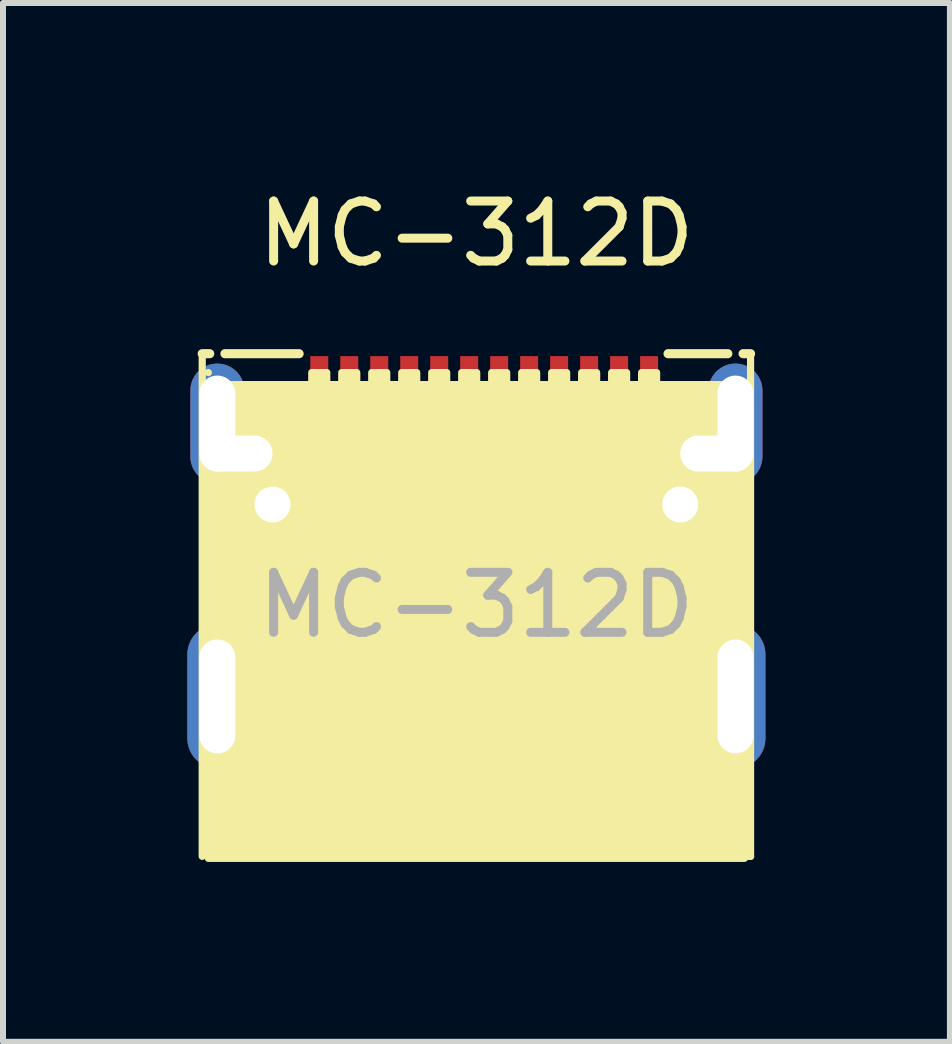
<source format=kicad_pcb>
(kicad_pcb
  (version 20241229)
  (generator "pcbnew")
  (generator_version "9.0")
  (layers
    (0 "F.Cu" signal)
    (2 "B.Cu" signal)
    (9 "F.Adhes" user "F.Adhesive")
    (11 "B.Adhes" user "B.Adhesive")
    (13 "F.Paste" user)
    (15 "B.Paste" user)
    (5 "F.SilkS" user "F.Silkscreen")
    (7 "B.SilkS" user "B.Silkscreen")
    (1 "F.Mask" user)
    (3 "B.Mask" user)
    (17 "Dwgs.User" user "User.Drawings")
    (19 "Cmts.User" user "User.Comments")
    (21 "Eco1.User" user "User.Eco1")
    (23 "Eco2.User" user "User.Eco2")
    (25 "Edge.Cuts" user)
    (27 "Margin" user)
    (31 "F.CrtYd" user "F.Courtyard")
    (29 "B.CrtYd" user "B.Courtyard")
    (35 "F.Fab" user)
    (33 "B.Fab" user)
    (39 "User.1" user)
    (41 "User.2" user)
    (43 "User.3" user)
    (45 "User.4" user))
  (footprint "MC-312D"
    (layer "F.Cu")
    (at 4.894 5.963)
    (property "Reference" "MC-312D" (at -0.000076 -5.115 0) (layer "F.SilkS") (effects (font (size 1 1) (thickness 0.15))))
    (attr through_hole)
    (fp_line (start -4.572 -3.115) (end -4.447 -3.115) (stroke (width 0.152) (type solid)) (layer "F.SilkS"))
    (fp_line (start -4.572 5.267) (end -4.572 -3.115) (stroke (width 0.12) (type solid)) (layer "F.SilkS"))
    (fp_line (start -4.47 5.267) (end 4.47 5.267) (stroke (width 0.12) (type solid)) (layer "F.SilkS"))
    (fp_line (start -4.193 -3.115) (end -2.956 -3.115) (stroke (width 0.152) (type solid)) (layer "F.SilkS"))
    (fp_line (start -3.556 0.06) (end -3.556 0.822) (stroke (width 0.254) (type solid)) (layer "F.SilkS"))
    (fp_line (start -3.556 0.822) (end -1.27 0.822) (stroke (width 0.254) (type solid)) (layer "F.SilkS"))
    (fp_line (start -1.27 0.06) (end -3.556 0.06) (stroke (width 0.254) (type solid)) (layer "F.SilkS"))
    (fp_line (start -1.27 0.822) (end -1.27 0.06) (stroke (width 0.254) (type solid)) (layer "F.SilkS"))
    (fp_line (start 1.27 0.06) (end 1.27 0.822) (stroke (width 0.254) (type solid)) (layer "F.SilkS"))
    (fp_line (start 1.27 0.822) (end 3.556 0.822) (stroke (width 0.254) (type solid)) (layer "F.SilkS"))
    (fp_line (start 3.196 -3.115) (end 4.193 -3.115) (stroke (width 0.152) (type solid)) (layer "F.SilkS"))
    (fp_line (start 3.556 0.06) (end 1.27 0.06) (stroke (width 0.254) (type solid)) (layer "F.SilkS"))
    (fp_line (start 3.556 0.822) (end 3.556 0.06) (stroke (width 0.254) (type solid)) (layer "F.SilkS"))
    (fp_line (start 4.447 -3.115) (end 4.572 -3.115) (stroke (width 0.152) (type solid)) (layer "F.SilkS"))
    (fp_line (start 4.572 -3.115) (end 4.572 5.267) (stroke (width 0.12) (type solid)) (layer "F.SilkS"))
    (fp_line (start 4.572 5.267) (end 4.445 5.267) (stroke (width 0.12) (type solid)) (layer "F.SilkS"))
    (fp_circle (center -4.47 -2.8) (end -4.44 -2.8) (stroke (width 0.06) (type solid)) (fill no) (layer "F.SilkS"))
    (fp_poly (pts (xy -4.47 -2.6) (xy 4.47 -2.6) (xy 4.47 5.3) (xy -4.47 5.3)) (stroke (width 0.12) (type solid)) (fill yes) (layer "F.SilkS"))
    (fp_poly (pts (xy -4.47 1.85) (xy -4.17 1.85) (xy -4.17 3.35) (xy -4.47 3.35)) (stroke (width 0.12) (type solid)) (fill yes) (layer "F.SilkS"))
    (fp_poly (pts (xy -4.17 -1.3) (xy -4.47 -1.3) (xy -4.47 -2.6) (xy -4.17 -2.6)) (stroke (width 0.12) (type solid)) (fill yes) (layer "F.SilkS"))
    (fp_poly (pts (xy -3.85 -1.2) (xy -4.15 -1.2) (xy -4.15 -1.7) (xy -3.85 -1.7)) (stroke (width 0.12) (type solid)) (fill yes) (layer "F.SilkS"))
    (fp_poly (pts (xy -2.995 -1.6) (xy -2.745 -1.6) (xy -2.745 -1) (xy -2.995 -1)) (stroke (width 0.12) (type solid)) (fill yes) (layer "F.SilkS"))
    (fp_poly (pts (xy -2.745 -2.8) (xy -2.495 -2.8) (xy -2.495 -2.2) (xy -2.745 -2.2)) (stroke (width 0.12) (type solid)) (fill yes) (layer "F.SilkS"))
    (fp_poly (pts (xy -2.495 -1.6) (xy -2.245 -1.6) (xy -2.245 -1) (xy -2.495 -1)) (stroke (width 0.12) (type solid)) (fill yes) (layer "F.SilkS"))
    (fp_poly (pts (xy -2.245 -2.8) (xy -1.995 -2.8) (xy -1.995 -2.2) (xy -2.245 -2.2)) (stroke (width 0.12) (type solid)) (fill yes) (layer "F.SilkS"))
    (fp_poly (pts (xy -1.995 -1.6) (xy -1.745 -1.6) (xy -1.745 -1) (xy -1.995 -1)) (stroke (width 0.12) (type solid)) (fill yes) (layer "F.SilkS"))
    (fp_poly (pts (xy -1.745 -2.8) (xy -1.495 -2.8) (xy -1.495 -2.2) (xy -1.745 -2.2)) (stroke (width 0.12) (type solid)) (fill yes) (layer "F.SilkS"))
    (fp_poly (pts (xy -1.495 -1.6) (xy -1.245 -1.6) (xy -1.245 -1) (xy -1.495 -1)) (stroke (width 0.12) (type solid)) (fill yes) (layer "F.SilkS"))
    (fp_poly (pts (xy -1.245 -2.8) (xy -0.995 -2.8) (xy -0.995 -2.2) (xy -1.245 -2.2)) (stroke (width 0.12) (type solid)) (fill yes) (layer "F.SilkS"))
    (fp_poly (pts (xy -0.995 -1.6) (xy -0.745 -1.6) (xy -0.745 -1) (xy -0.995 -1)) (stroke (width 0.12) (type solid)) (fill yes) (layer "F.SilkS"))
    (fp_poly (pts (xy -0.745 -2.8) (xy -0.495 -2.8) (xy -0.495 -2.2) (xy -0.745 -2.2)) (stroke (width 0.12) (type solid)) (fill yes) (layer "F.SilkS"))
    (fp_poly (pts (xy -0.495 -1.6) (xy -0.245 -1.6) (xy -0.245 -1) (xy -0.495 -1)) (stroke (width 0.12) (type solid)) (fill yes) (layer "F.SilkS"))
    (fp_poly (pts (xy -0.245 -2.8) (xy 0.005 -2.8) (xy 0.005 -2.2) (xy -0.245 -2.2)) (stroke (width 0.12) (type solid)) (fill yes) (layer "F.SilkS"))
    (fp_poly (pts (xy 0.005 -1.6) (xy 0.255 -1.6) (xy 0.255 -1) (xy 0.005 -1)) (stroke (width 0.12) (type solid)) (fill yes) (layer "F.SilkS"))
    (fp_poly (pts (xy 0.255 -2.8) (xy 0.505 -2.8) (xy 0.505 -2.2) (xy 0.255 -2.2)) (stroke (width 0.12) (type solid)) (fill yes) (layer "F.SilkS"))
    (fp_poly (pts (xy 0.505 -1.6) (xy 0.755 -1.6) (xy 0.755 -1) (xy 0.505 -1)) (stroke (width 0.12) (type solid)) (fill yes) (layer "F.SilkS"))
    (fp_poly (pts (xy 0.755 -2.8) (xy 1.005 -2.8) (xy 1.005 -2.2) (xy 0.755 -2.2)) (stroke (width 0.12) (type solid)) (fill yes) (layer "F.SilkS"))
    (fp_poly (pts (xy 1.005 -1.6) (xy 1.255 -1.6) (xy 1.255 -1) (xy 1.005 -1)) (stroke (width 0.12) (type solid)) (fill yes) (layer "F.SilkS"))
    (fp_poly (pts (xy 1.255 -2.8) (xy 1.505 -2.8) (xy 1.505 -2.2) (xy 1.255 -2.2)) (stroke (width 0.12) (type solid)) (fill yes) (layer "F.SilkS"))
    (fp_poly (pts (xy 1.505 -1.6) (xy 1.755 -1.6) (xy 1.755 -1) (xy 1.505 -1)) (stroke (width 0.12) (type solid)) (fill yes) (layer "F.SilkS"))
    (fp_poly (pts (xy 1.755 -2.8) (xy 2.005 -2.8) (xy 2.005 -2.2) (xy 1.755 -2.2)) (stroke (width 0.12) (type solid)) (fill yes) (layer "F.SilkS"))
    (fp_poly (pts (xy 2.005 -1.6) (xy 2.255 -1.6) (xy 2.255 -1) (xy 2.005 -1)) (stroke (width 0.12) (type solid)) (fill yes) (layer "F.SilkS"))
    (fp_poly (pts (xy 2.255 -2.8) (xy 2.505 -2.8) (xy 2.505 -2.2) (xy 2.255 -2.2)) (stroke (width 0.12) (type solid)) (fill yes) (layer "F.SilkS"))
    (fp_poly (pts (xy 2.505 -1.6) (xy 2.755 -1.6) (xy 2.755 -1) (xy 2.505 -1)) (stroke (width 0.12) (type solid)) (fill yes) (layer "F.SilkS"))
    (fp_poly (pts (xy 2.755 -2.8) (xy 3.005 -2.8) (xy 3.005 -2.2) (xy 2.755 -2.2)) (stroke (width 0.12) (type solid)) (fill yes) (layer "F.SilkS"))
    (fp_poly (pts (xy 4.15 -1.2) (xy 3.85 -1.2) (xy 3.85 -1.7) (xy 4.15 -1.7)) (stroke (width 0.12) (type solid)) (fill yes) (layer "F.SilkS"))
    (fp_poly (pts (xy 4.17 1.85) (xy 4.47 1.85) (xy 4.47 3.35) (xy 4.17 3.35)) (stroke (width 0.12) (type solid)) (fill yes) (layer "F.SilkS"))
    (fp_poly (pts (xy 4.47 -1.3) (xy 4.17 -1.3) (xy 4.17 -2.6) (xy 4.47 -2.6)) (stroke (width 0.12) (type solid)) (fill yes) (layer "F.SilkS"))
    (fp_poly (pts (xy -3.02 -1.774) (xy -2.72 -1.774) (xy -2.72 -0.824) (xy -3.02 -0.824)) (stroke (width 0.15) (type solid)) (fill yes) (layer "F.Paste"))
    (fp_poly (pts (xy -2.77 -3.075) (xy -2.47 -3.075) (xy -2.47 -2.125) (xy -2.77 -2.125)) (stroke (width 0.15) (type solid)) (fill yes) (layer "F.Paste"))
    (fp_poly (pts (xy -2.52 -1.774) (xy -2.22 -1.774) (xy -2.22 -0.824) (xy -2.52 -0.824)) (stroke (width 0.15) (type solid)) (fill yes) (layer "F.Paste"))
    (fp_poly (pts (xy -2.27 -3.075) (xy -1.97 -3.075) (xy -1.97 -2.125) (xy -2.27 -2.125)) (stroke (width 0.15) (type solid)) (fill yes) (layer "F.Paste"))
    (fp_poly (pts (xy -2.019 -1.774) (xy -1.72 -1.774) (xy -1.72 -0.824) (xy -2.019 -0.824)) (stroke (width 0.15) (type solid)) (fill yes) (layer "F.Paste"))
    (fp_poly (pts (xy -1.77 -3.075) (xy -1.47 -3.075) (xy -1.47 -2.125) (xy -1.77 -2.125)) (stroke (width 0.15) (type solid)) (fill yes) (layer "F.Paste"))
    (fp_poly (pts (xy -1.52 -1.774) (xy -1.22 -1.774) (xy -1.22 -0.824) (xy -1.52 -0.824)) (stroke (width 0.15) (type solid)) (fill yes) (layer "F.Paste"))
    (fp_poly (pts (xy -1.27 -3.075) (xy -0.97 -3.075) (xy -0.97 -2.125) (xy -1.27 -2.125)) (stroke (width 0.15) (type solid)) (fill yes) (layer "F.Paste"))
    (fp_poly (pts (xy -1.02 -1.774) (xy -0.72 -1.774) (xy -0.72 -0.824) (xy -1.02 -0.824)) (stroke (width 0.15) (type solid)) (fill yes) (layer "F.Paste"))
    (fp_poly (pts (xy -0.77 -3.075) (xy -0.47 -3.075) (xy -0.47 -2.125) (xy -0.77 -2.125)) (stroke (width 0.15) (type solid)) (fill yes) (layer "F.Paste"))
    (fp_poly (pts (xy -0.52 -1.774) (xy -0.22 -1.774) (xy -0.22 -0.824) (xy -0.52 -0.824)) (stroke (width 0.15) (type solid)) (fill yes) (layer "F.Paste"))
    (fp_poly (pts (xy -0.27 -3.075) (xy 0.03 -3.075) (xy 0.03 -2.125) (xy -0.27 -2.125)) (stroke (width 0.15) (type solid)) (fill yes) (layer "F.Paste"))
    (fp_poly (pts (xy -0.02 -1.774) (xy 0.28 -1.774) (xy 0.28 -0.824) (xy -0.02 -0.824)) (stroke (width 0.15) (type solid)) (fill yes) (layer "F.Paste"))
    (fp_poly (pts (xy 0.23 -3.075) (xy 0.53 -3.075) (xy 0.53 -2.125) (xy 0.23 -2.125)) (stroke (width 0.15) (type solid)) (fill yes) (layer "F.Paste"))
    (fp_poly (pts (xy 0.48 -1.774) (xy 0.781 -1.774) (xy 0.781 -0.824) (xy 0.48 -0.824)) (stroke (width 0.15) (type solid)) (fill yes) (layer "F.Paste"))
    (fp_poly (pts (xy 0.73 -3.075) (xy 1.03 -3.075) (xy 1.03 -2.125) (xy 0.73 -2.125)) (stroke (width 0.15) (type solid)) (fill yes) (layer "F.Paste"))
    (fp_poly (pts (xy 0.98 -1.774) (xy 1.28 -1.774) (xy 1.28 -0.824) (xy 0.98 -0.824)) (stroke (width 0.15) (type solid)) (fill yes) (layer "F.Paste"))
    (fp_poly (pts (xy 1.23 -3.075) (xy 1.53 -3.075) (xy 1.53 -2.125) (xy 1.23 -2.125)) (stroke (width 0.15) (type solid)) (fill yes) (layer "F.Paste"))
    (fp_poly (pts (xy 1.48 -1.774) (xy 1.78 -1.774) (xy 1.78 -0.824) (xy 1.48 -0.824)) (stroke (width 0.15) (type solid)) (fill yes) (layer "F.Paste"))
    (fp_poly (pts (xy 1.73 -3.075) (xy 2.03 -3.075) (xy 2.03 -2.125) (xy 1.73 -2.125)) (stroke (width 0.15) (type solid)) (fill yes) (layer "F.Paste"))
    (fp_poly (pts (xy 1.98 -1.774) (xy 2.28 -1.774) (xy 2.28 -0.824) (xy 1.98 -0.824)) (stroke (width 0.15) (type solid)) (fill yes) (layer "F.Paste"))
    (fp_poly (pts (xy 2.23 -3.075) (xy 2.53 -3.075) (xy 2.53 -2.125) (xy 2.23 -2.125)) (stroke (width 0.15) (type solid)) (fill yes) (layer "F.Paste"))
    (fp_poly (pts (xy 2.481 -1.774) (xy 2.78 -1.774) (xy 2.78 -0.824) (xy 2.481 -0.824)) (stroke (width 0.15) (type solid)) (fill yes) (layer "F.Paste"))
    (fp_poly (pts (xy 2.73 -3.075) (xy 3.03 -3.075) (xy 3.03 -2.125) (xy 2.73 -2.125)) (stroke (width 0.15) (type solid)) (fill yes) (layer "F.Paste"))
    (fp_poly (pts (xy -4.819 1.9) (xy -4.808 1.797) (xy -4.775 1.698) (xy -4.723 1.608) (xy -4.653 1.531) (xy -4.568 1.47) (xy -4.473 1.428) (xy -4.371 1.407) (xy -4.267 1.407) (xy -4.166 1.428) (xy -4.07 1.47) (xy -3.986 1.531) (xy -3.916 1.608) (xy -3.864 1.698) (xy -3.831 1.797) (xy -3.819 1.9) (xy -3.819 3.3) (xy -3.831 3.404) (xy -3.864 3.502) (xy -3.916 3.592) (xy -3.986 3.669) (xy -4.07 3.73) (xy -4.166 3.772) (xy -4.267 3.794) (xy -4.371 3.794) (xy -4.473 3.772) (xy -4.568 3.73) (xy -4.653 3.669) (xy -4.723 3.592) (xy -4.775 3.502) (xy -4.808 3.404) (xy -4.819 3.3)) (stroke (width 0.15) (type solid)) (fill yes) (layer "F.Paste"))
    (fp_poly (pts (xy 3.82 1.901) (xy 3.832 1.797) (xy 3.865 1.699) (xy 3.918 1.609) (xy 3.988 1.532) (xy 4.072 1.472) (xy 4.167 1.43) (xy 4.269 1.408) (xy 4.372 1.408) (xy 4.474 1.43) (xy 4.569 1.472) (xy 4.653 1.532) (xy 4.723 1.609) (xy 4.776 1.699) (xy 4.809 1.797) (xy 4.82 1.901) (xy 4.82 3.301) (xy 4.809 3.404) (xy 4.776 3.502) (xy 4.723 3.592) (xy 4.653 3.669) (xy 4.569 3.729) (xy 4.474 3.771) (xy 4.372 3.793) (xy 4.269 3.793) (xy 4.167 3.771) (xy 4.072 3.729) (xy 3.988 3.669) (xy 3.918 3.592) (xy 3.865 3.502) (xy 3.832 3.404) (xy 3.82 3.301)) (stroke (width 0.15) (type solid)) (fill yes) (layer "F.Paste"))
    (fp_poly (pts (xy -4.8 -2.6) (xy -4.8 -1.4) (xy -4.79 -1.302) (xy -4.762 -1.209) (xy -4.716 -1.122) (xy -4.654 -1.046) (xy -4.578 -0.984) (xy -4.491 -0.938) (xy -4.398 -0.91) (xy -4.3 -0.9) (xy -3.9 -0.9) (xy -3.8 -0.9) (xy -3.702 -0.91) (xy -3.609 -0.938) (xy -3.522 -0.984) (xy -3.446 -1.046) (xy -3.384 -1.122) (xy -3.338 -1.209) (xy -3.31 -1.302) (xy -3.3 -1.4) (xy -3.31 -1.498) (xy -3.338 -1.591) (xy -3.384 -1.678) (xy -3.446 -1.754) (xy -3.522 -1.816) (xy -3.609 -1.862) (xy -3.702 -1.89) (xy -3.8 -1.9) (xy -3.9 -1.9) (xy -3.9 -2.6) (xy -3.908 -2.678) (xy -3.93 -2.753) (xy -3.967 -2.822) (xy -4.017 -2.883) (xy -4.078 -2.933) (xy -4.147 -2.97) (xy -4.222 -2.992) (xy -4.3 -3) (xy -4.4 -3) (xy -4.478 -2.992) (xy -4.553 -2.97) (xy -4.622 -2.933) (xy -4.683 -2.883) (xy -4.733 -2.822) (xy -4.77 -2.753) (xy -4.792 -2.678) (xy -4.8 -2.6)) (stroke (width 0.15) (type solid)) (fill yes) (layer "F.Paste"))
    (fp_poly (pts (xy 4.77 -2.6) (xy 4.77 -1.4) (xy 4.761 -1.302) (xy 4.732 -1.209) (xy 4.686 -1.122) (xy 4.624 -1.046) (xy 4.548 -0.984) (xy 4.462 -0.938) (xy 4.368 -0.91) (xy 4.27 -0.9) (xy 3.87 -0.9) (xy 3.77 -0.9) (xy 3.673 -0.91) (xy 3.579 -0.938) (xy 3.493 -0.984) (xy 3.417 -1.046) (xy 3.355 -1.122) (xy 3.309 -1.209) (xy 3.28 -1.302) (xy 3.27 -1.4) (xy 3.28 -1.498) (xy 3.309 -1.591) (xy 3.355 -1.678) (xy 3.417 -1.754) (xy 3.493 -1.816) (xy 3.579 -1.862) (xy 3.673 -1.89) (xy 3.77 -1.9) (xy 3.87 -1.9) (xy 3.87 -2.6) (xy 3.878 -2.678) (xy 3.901 -2.753) (xy 3.938 -2.822) (xy 3.988 -2.883) (xy 4.048 -2.933) (xy 4.117 -2.97) (xy 4.192 -2.992) (xy 4.27 -3) (xy 4.37 -3) (xy 4.449 -2.992) (xy 4.524 -2.97) (xy 4.593 -2.933) (xy 4.653 -2.883) (xy 4.703 -2.822) (xy 4.74 -2.753) (xy 4.763 -2.678) (xy 4.77 -2.6)) (stroke (width 0.15) (type solid)) (fill yes) (layer "F.Paste"))
    (fp_circle (center -3.4 -0.6) (end -3.287 -0.6) (stroke (width 0.225) (type solid)) (fill no) (layer "F.Fab"))
    (fp_circle (center 3.4 -0.6) (end 3.513 -0.6) (stroke (width 0.225) (type solid)) (fill no) (layer "F.Fab"))
    (fp_text user "${REFERENCE}" (at -0.000076 1.076 0) (layer "F.Fab") (effects (font (size 1 1) (thickness 0.15))))
    (pad "" np_thru_hole circle (at -3.4 -0.6) (size 0.6 0.6) (drill 0.6) (layers "*.Cu" "*.Mask"))
    (pad "" np_thru_hole circle (at 3.4 -0.6) (size 0.6 0.6) (drill 0.6) (layers "*.Cu" "*.Mask"))
    (pad "1" thru_hole oval (at -4.32 -1.95 180) (size 0.9 2) (drill oval 0.6 1.6) (layers "*.Cu" "*.Mask"))
    (pad "1" thru_hole oval (at -4 -1.45 270) (size 0.9 1.5) (drill oval 0.6 1.2) (layers "*.Cu" "*.Mask"))
    (pad "2" thru_hole oval (at 4 -1.45 270) (size 0.9 1.5) (drill oval 0.6 1.2) (layers "*.Cu" "*.Mask"))
    (pad "2" thru_hole oval (at 4.32 -1.95 180) (size 0.9 2) (drill oval 0.6 1.6) (layers "*.Cu" "*.Mask"))
    (pad "3" thru_hole oval (at 4.32 2.6) (size 1 2.4) (drill oval 0.6 1.9) (layers "*.Cu" "*.Mask"))
    (pad "4" thru_hole oval (at -4.32 2.6) (size 1 2.4) (drill oval 0.6 1.9) (layers "*.Cu" "*.Mask"))
    (pad "A1" smd rect (at -2.62 -2.6) (size 0.3 0.95) (layers "F.Cu" "F.Mask" "F.Paste"))
    (pad "A2" smd rect (at -2.12 -2.6) (size 0.3 0.95) (layers "F.Cu" "F.Mask" "F.Paste"))
    (pad "A3" smd rect (at -1.62 -2.6) (size 0.3 0.95) (layers "F.Cu" "F.Mask" "F.Paste"))
    (pad "A4" smd rect (at -1.12 -2.6) (size 0.3 0.95) (layers "F.Cu" "F.Mask" "F.Paste"))
    (pad "A5" smd rect (at -0.62 -2.6) (size 0.3 0.95) (layers "F.Cu" "F.Mask" "F.Paste"))
    (pad "A6" smd rect (at -0.12 -2.6) (size 0.3 0.95) (layers "F.Cu" "F.Mask" "F.Paste"))
    (pad "A7" smd rect (at 0.38 -2.6) (size 0.3 0.95) (layers "F.Cu" "F.Mask" "F.Paste"))
    (pad "A8" smd rect (at 0.88 -2.6) (size 0.3 0.95) (layers "F.Cu" "F.Mask" "F.Paste"))
    (pad "A9" smd rect (at 1.38 -2.6) (size 0.3 0.95) (layers "F.Cu" "F.Mask" "F.Paste"))
    (pad "A10" smd rect (at 1.88 -2.6) (size 0.3 0.95) (layers "F.Cu" "F.Mask" "F.Paste"))
    (pad "A11" smd rect (at 2.38 -2.6) (size 0.3 0.95) (layers "F.Cu" "F.Mask" "F.Paste"))
    (pad "A12" smd rect (at 2.88 -2.6) (size 0.3 0.95) (layers "F.Cu" "F.Mask" "F.Paste"))
    (pad "B1" smd rect (at 2.63 -1.3) (size 0.3 0.95) (layers "F.Cu" "F.Mask" "F.Paste"))
    (pad "B2" smd rect (at 2.13 -1.3) (size 0.3 0.95) (layers "F.Cu" "F.Mask" "F.Paste"))
    (pad "B3" smd rect (at 1.63 -1.3) (size 0.3 0.95) (layers "F.Cu" "F.Mask" "F.Paste"))
    (pad "B4" smd rect (at 1.13 -1.3) (size 0.3 0.95) (layers "F.Cu" "F.Mask" "F.Paste"))
    (pad "B5" smd rect (at 0.63 -1.3) (size 0.3 0.95) (layers "F.Cu" "F.Mask" "F.Paste"))
    (pad "B6" smd rect (at 0.13 -1.3) (size 0.3 0.95) (layers "F.Cu" "F.Mask" "F.Paste"))
    (pad "B7" smd rect (at -0.37 -1.3) (size 0.3 0.95) (layers "F.Cu" "F.Mask" "F.Paste"))
    (pad "B8" smd rect (at -0.87 -1.3) (size 0.3 0.95) (layers "F.Cu" "F.Mask" "F.Paste"))
    (pad "B9" smd rect (at -1.37 -1.3) (size 0.3 0.95) (layers "F.Cu" "F.Mask" "F.Paste"))
    (pad "B10" smd rect (at -1.87 -1.3) (size 0.3 0.95) (layers "F.Cu" "F.Mask" "F.Paste"))
    (pad "B11" smd rect (at -2.37 -1.3) (size 0.3 0.95) (layers "F.Cu" "F.Mask" "F.Paste"))
    (pad "B12" smd rect (at -2.87 -1.3) (size 0.3 0.95) (layers "F.Cu" "F.Mask" "F.Paste")))
  (gr_rect
    (start -3 -3)
    (end 12.79 14.323)
    (stroke (width 0.1) (type default))
    (fill no)
    (layer "Edge.Cuts")))
</source>
